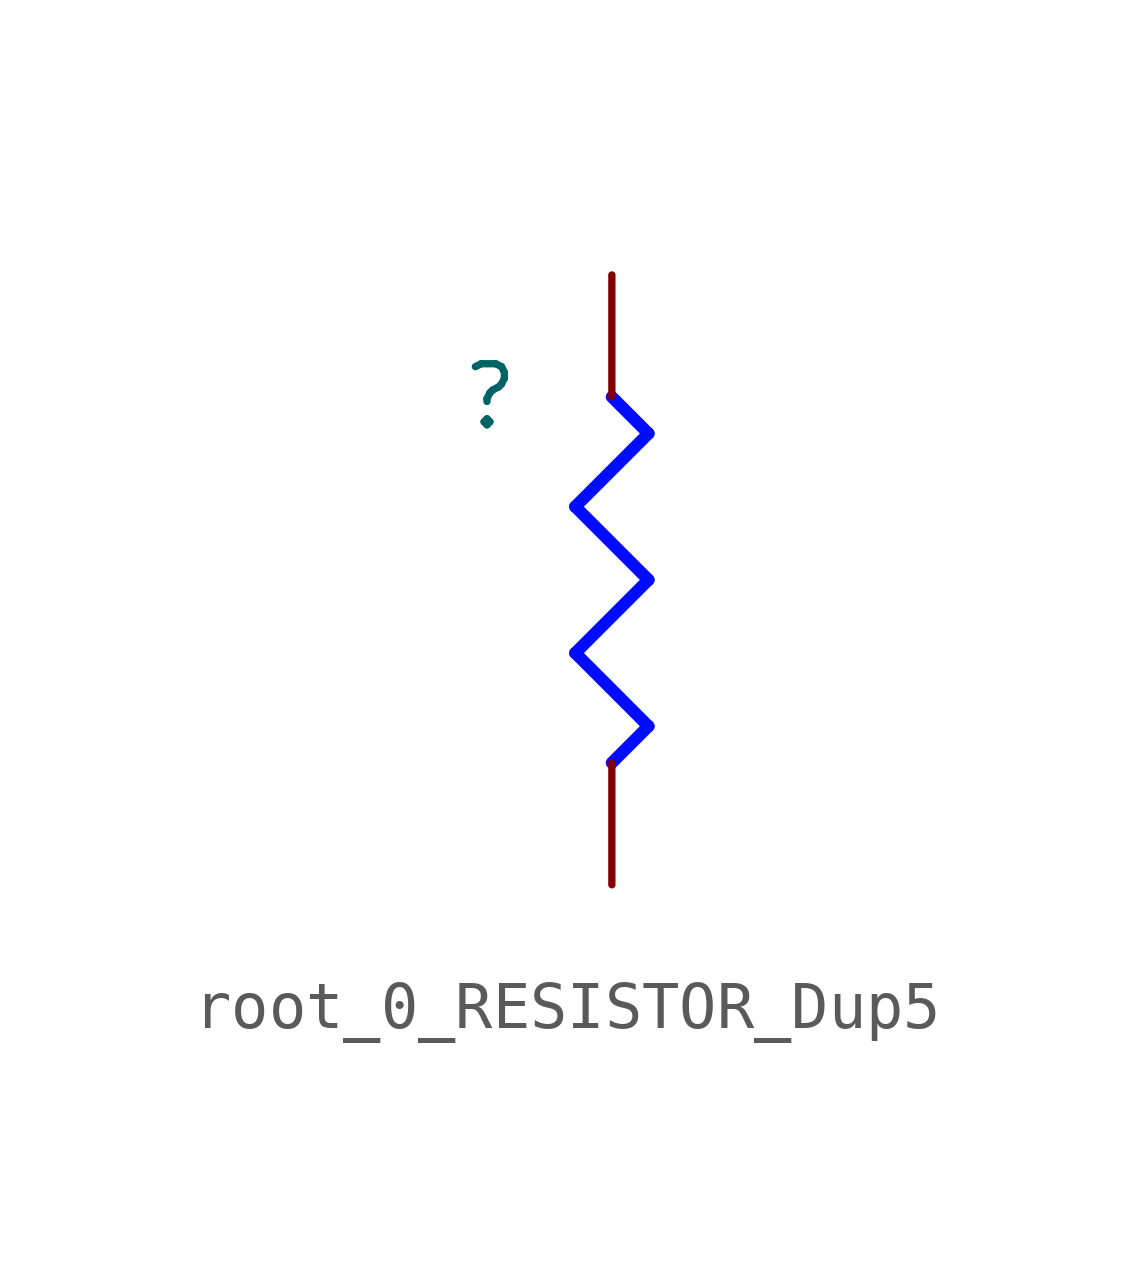
<source format=kicad_sym>
(kicad_symbol_lib
  (version 20231120)
  (generator "kicad_symbol_editor")
  (generator_version "8.0")
  (symbol "root_0_RESISTOR_Dup5"
    (property "Reference" ""
      (at 0 0 0)
      (effects (font (size 1.27 1.27))))
    (property "Value" ""
      (at 0 0 0)
      (effects (font (size 1.27 1.27))))
    (symbol "root_0_RESISTOR_Dup5_1_0"
      (polyline (pts (xy 1.778 -5.334) (xy 3.302 -6.858)) (stroke (width 0.254) (type solid) (color 0 11 255 1)) (fill (type none)))
      (polyline (pts (xy 1.778 -2.286) (xy 3.302 -3.81)) (stroke (width 0.254) (type solid) (color 0 11 255 1)) (fill (type none)))
      (polyline (pts (xy 2.54 0) (xy 3.302 -0.762)) (stroke (width 0.254) (type solid) (color 0 11 255 1)) (fill (type none)))
      (polyline (pts (xy 3.302 -6.858) (xy 2.54 -7.62)) (stroke (width 0.254) (type solid) (color 0 11 255 1)) (fill (type none)))
      (polyline (pts (xy 3.302 -3.81) (xy 1.778 -5.334)) (stroke (width 0.254) (type solid) (color 0 11 255 1)) (fill (type none)))
      (polyline (pts (xy 3.302 -0.762) (xy 1.778 -2.286)) (stroke (width 0.254) (type solid) (color 0 11 255 1)) (fill (type none)))
      (pin passive line (at 2.54 2.54 270) (length 2.54) (name "1" (effects (font (size 0 0)))) (number "1" (effects (font (size 0 0)))))
      (pin passive line (at 2.54 -10.16 90) (length 2.54) (name "2" (effects (font (size 0 0)))) (number "2" (effects (font (size 0 0))))))))
</source>
